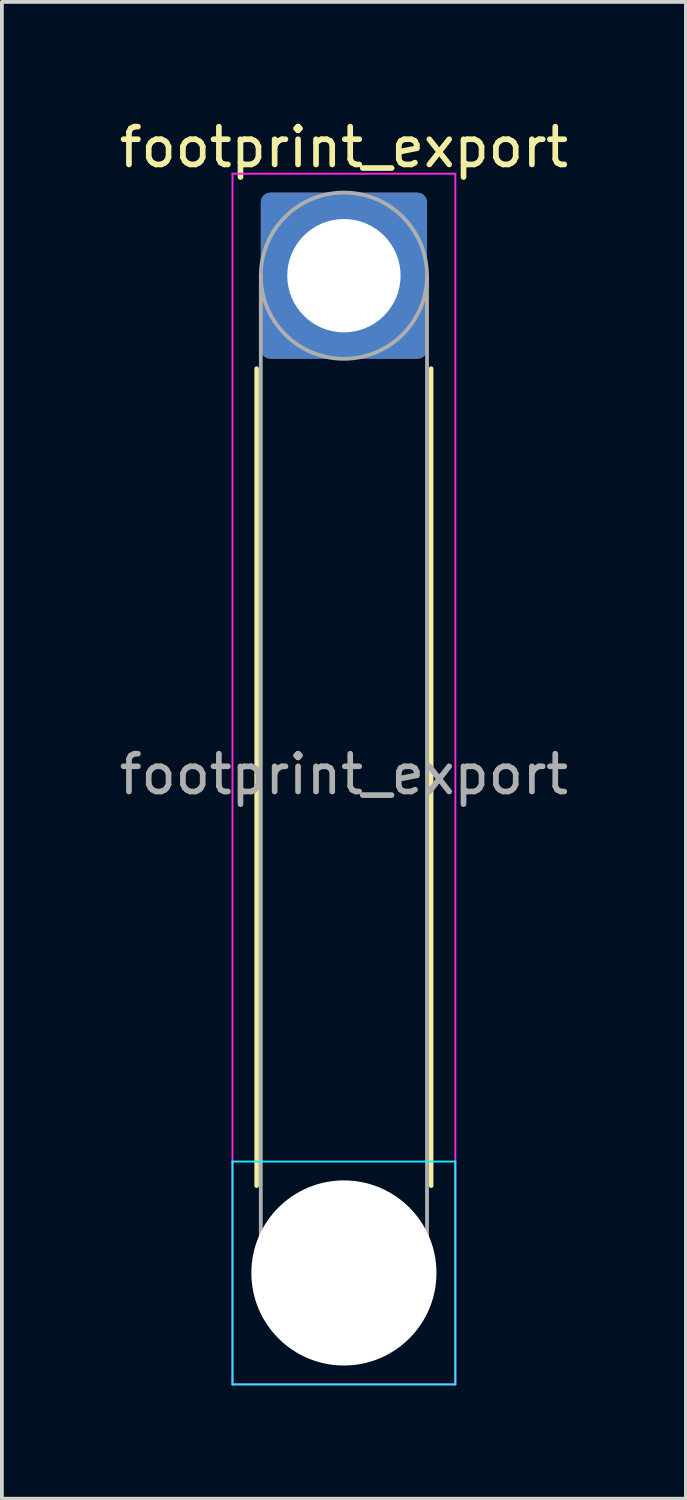
<source format=kicad_pcb>
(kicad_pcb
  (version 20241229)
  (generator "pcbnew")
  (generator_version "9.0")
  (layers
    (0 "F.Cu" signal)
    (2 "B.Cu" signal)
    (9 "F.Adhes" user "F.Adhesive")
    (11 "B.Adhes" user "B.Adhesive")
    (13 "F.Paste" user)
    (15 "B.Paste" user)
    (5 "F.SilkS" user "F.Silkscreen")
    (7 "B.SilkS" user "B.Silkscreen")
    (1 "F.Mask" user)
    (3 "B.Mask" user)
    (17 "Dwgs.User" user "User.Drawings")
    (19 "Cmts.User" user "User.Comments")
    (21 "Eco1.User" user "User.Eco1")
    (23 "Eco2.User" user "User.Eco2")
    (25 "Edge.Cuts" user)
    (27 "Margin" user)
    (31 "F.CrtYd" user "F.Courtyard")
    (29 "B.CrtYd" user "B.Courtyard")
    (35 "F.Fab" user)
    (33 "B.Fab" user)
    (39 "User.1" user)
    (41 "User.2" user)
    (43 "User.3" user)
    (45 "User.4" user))
  (footprint "footprint_export"
    (layer "F.Cu")
    (at 6.054 4.248)
    (property "Reference" "footprint_export" (at 0 -3.4 0) (layer "F.SilkS") (effects (font (size 1 1) (thickness 0.15))))
    (attr exclude_from_pos_files exclude_from_bom)
    (fp_line (start -2.31 2.46) (end -2.31 24.09) (stroke (width 0.12) (type solid)) (layer "F.SilkS"))
    (fp_line (start 2.31 2.46) (end 2.31 24.09) (stroke (width 0.12) (type solid)) (layer "F.SilkS"))
    (fp_line (start -2.95 23.45) (end -2.95 29.35) (stroke (width 0.05) (type solid)) (layer "B.CrtYd"))
    (fp_line (start -2.95 29.35) (end 2.95 29.35) (stroke (width 0.05) (type solid)) (layer "B.CrtYd"))
    (fp_line (start 2.95 23.45) (end -2.95 23.45) (stroke (width 0.05) (type solid)) (layer "B.CrtYd"))
    (fp_line (start 2.95 29.35) (end 2.95 23.45) (stroke (width 0.05) (type solid)) (layer "B.CrtYd"))
    (fp_line (start -2.95 -2.7) (end -2.95 29.35) (stroke (width 0.05) (type solid)) (layer "F.CrtYd"))
    (fp_line (start -2.95 29.35) (end 2.95 29.35) (stroke (width 0.05) (type solid)) (layer "F.CrtYd"))
    (fp_line (start 2.95 -2.7) (end -2.95 -2.7) (stroke (width 0.05) (type solid)) (layer "F.CrtYd"))
    (fp_line (start 2.95 29.35) (end 2.95 -2.7) (stroke (width 0.05) (type solid)) (layer "F.CrtYd"))
    (fp_line (start -2.2 0) (end -2.2 26.4) (stroke (width 0.1) (type solid)) (layer "F.Fab"))
    (fp_line (start 2.2 0) (end 2.2 26.4) (stroke (width 0.1) (type solid)) (layer "F.Fab"))
    (fp_circle (center 0 0) (end 2.2 0) (stroke (width 0.1) (type solid)) (fill no) (layer "F.Fab"))
    (fp_circle (center 0 26.4) (end 2.2 26.4) (stroke (width 0.1) (type solid)) (fill no) (layer "F.Fab"))
    (fp_text user "${REFERENCE}" (at 0 13.2 0) (layer "F.Fab") (effects (font (size 1 1) (thickness 0.15))))
    (pad "" np_thru_hole circle (at 0 26.4) (size 4.9 4.9) (drill 4.9) (layers "*.Cu" "*.Mask"))
    (pad "1" thru_hole roundrect (at 0 0) (size 4.4 4.4) (drill 3) (layers "*.Cu" "*.Mask") (roundrect_rratio 0.057)))
  (gr_rect
    (start -3 -3)
    (end 15.107 36.623)
    (stroke (width 0.1) (type default))
    (fill no)
    (layer "Edge.Cuts")))
</source>
